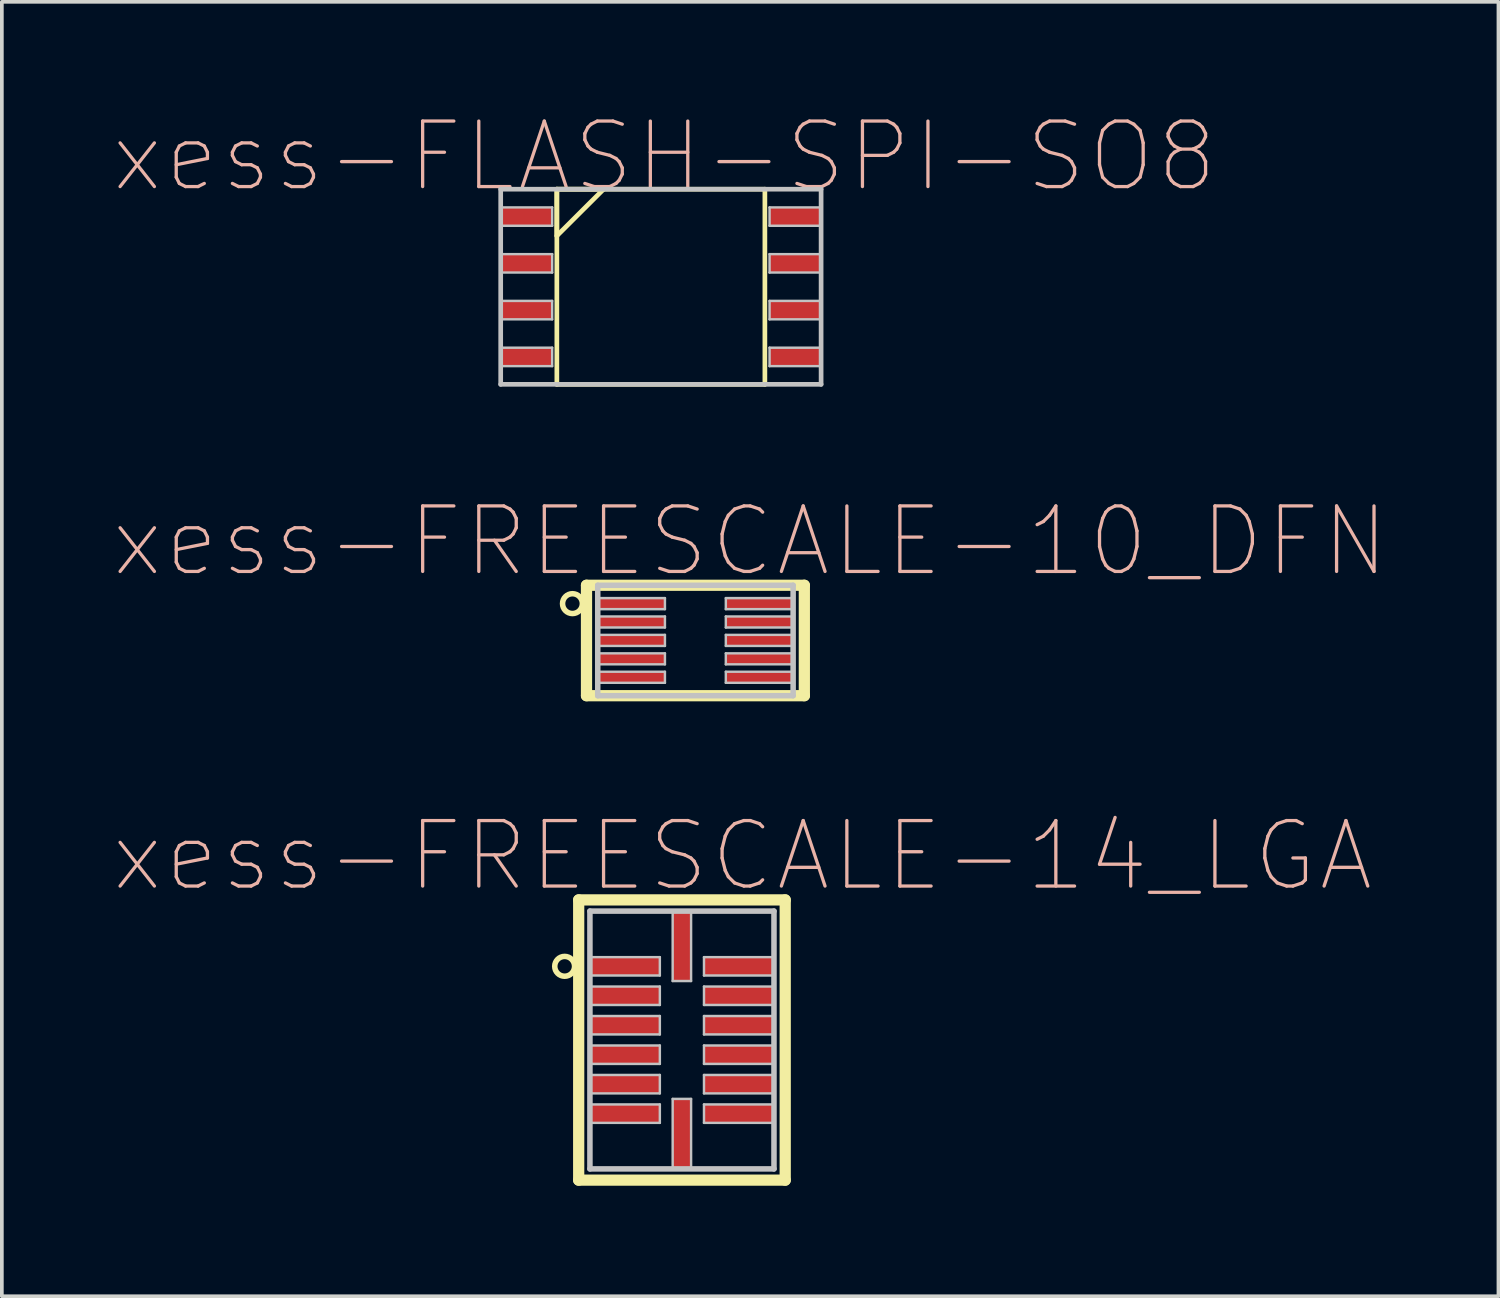
<source format=kicad_pcb>
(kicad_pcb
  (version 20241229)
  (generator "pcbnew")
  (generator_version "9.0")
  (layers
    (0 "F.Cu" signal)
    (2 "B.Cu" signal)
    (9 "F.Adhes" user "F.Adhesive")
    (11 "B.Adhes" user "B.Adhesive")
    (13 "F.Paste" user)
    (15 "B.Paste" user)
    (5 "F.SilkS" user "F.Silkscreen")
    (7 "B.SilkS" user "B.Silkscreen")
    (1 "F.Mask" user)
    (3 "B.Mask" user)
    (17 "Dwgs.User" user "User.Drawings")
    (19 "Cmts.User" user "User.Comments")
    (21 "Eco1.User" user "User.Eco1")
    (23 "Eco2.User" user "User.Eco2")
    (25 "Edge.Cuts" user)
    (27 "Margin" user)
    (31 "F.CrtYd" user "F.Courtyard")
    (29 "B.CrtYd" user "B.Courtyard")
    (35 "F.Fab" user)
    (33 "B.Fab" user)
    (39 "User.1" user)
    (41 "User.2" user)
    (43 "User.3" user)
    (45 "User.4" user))
  (footprint "xess-FLASH-SPI-SO8"
    (layer "F.Cu")
    (at 11.339 2.829)
    (property "Reference" "xess-FLASH-SPI-SO8" (at 3.645 -1.633 0) (layer "B.SilkS") (effects (font (size 1.778 1.778) (thickness 0.089))))
    (attr smd)
    (fp_line (start 0.726 -0.744) (end 0.726 0.523) (stroke (width 0.127) (type solid)) (layer "F.SilkS"))
    (fp_line (start 0.726 -0.744) (end 0.726 4.554) (stroke (width 0.127) (type solid)) (layer "F.SilkS"))
    (fp_line (start 0.726 0.523) (end 1.996 -0.744) (stroke (width 0.127) (type solid)) (layer "F.SilkS"))
    (fp_line (start 0.726 4.554) (end 6.373 4.554) (stroke (width 0.127) (type solid)) (layer "F.SilkS"))
    (fp_line (start 1.996 -0.744) (end 0.726 -0.744) (stroke (width 0.127) (type solid)) (layer "F.SilkS"))
    (fp_line (start 6.373 -0.744) (end 0.726 -0.744) (stroke (width 0.127) (type solid)) (layer "F.SilkS"))
    (fp_line (start 6.373 4.554) (end 6.373 -0.744) (stroke (width 0.127) (type solid)) (layer "F.SilkS"))
    (fp_line (start -0.798 -0.744) (end -0.798 4.554) (stroke (width 0.127) (type solid)) (layer "Dwgs.User"))
    (fp_line (start -0.798 -0.249) (end 0.599 -0.249) (stroke (width 0.066) (type solid)) (layer "Dwgs.User"))
    (fp_line (start -0.798 0.249) (end -0.798 -0.249) (stroke (width 0.066) (type solid)) (layer "Dwgs.User"))
    (fp_line (start -0.798 0.249) (end 0.599 0.249) (stroke (width 0.066) (type solid)) (layer "Dwgs.User"))
    (fp_line (start -0.798 1.019) (end 0.599 1.019) (stroke (width 0.066) (type solid)) (layer "Dwgs.User"))
    (fp_line (start -0.798 1.519) (end -0.798 1.019) (stroke (width 0.066) (type solid)) (layer "Dwgs.User"))
    (fp_line (start -0.798 1.519) (end 0.599 1.519) (stroke (width 0.066) (type solid)) (layer "Dwgs.User"))
    (fp_line (start -0.798 2.289) (end 0.599 2.289) (stroke (width 0.066) (type solid)) (layer "Dwgs.User"))
    (fp_line (start -0.798 2.789) (end -0.798 2.289) (stroke (width 0.066) (type solid)) (layer "Dwgs.User"))
    (fp_line (start -0.798 2.789) (end 0.599 2.789) (stroke (width 0.066) (type solid)) (layer "Dwgs.User"))
    (fp_line (start -0.798 3.559) (end 0.599 3.559) (stroke (width 0.066) (type solid)) (layer "Dwgs.User"))
    (fp_line (start -0.798 4.059) (end -0.798 3.559) (stroke (width 0.066) (type solid)) (layer "Dwgs.User"))
    (fp_line (start -0.798 4.059) (end 0.599 4.059) (stroke (width 0.066) (type solid)) (layer "Dwgs.User"))
    (fp_line (start -0.798 4.554) (end 7.899 4.554) (stroke (width 0.127) (type solid)) (layer "Dwgs.User"))
    (fp_line (start 0.599 0.249) (end 0.599 -0.249) (stroke (width 0.066) (type solid)) (layer "Dwgs.User"))
    (fp_line (start 0.599 1.519) (end 0.599 1.019) (stroke (width 0.066) (type solid)) (layer "Dwgs.User"))
    (fp_line (start 0.599 2.789) (end 0.599 2.289) (stroke (width 0.066) (type solid)) (layer "Dwgs.User"))
    (fp_line (start 0.599 4.059) (end 0.599 3.559) (stroke (width 0.066) (type solid)) (layer "Dwgs.User"))
    (fp_line (start 6.5 -0.249) (end 7.899 -0.249) (stroke (width 0.066) (type solid)) (layer "Dwgs.User"))
    (fp_line (start 6.5 0.249) (end 6.5 -0.249) (stroke (width 0.066) (type solid)) (layer "Dwgs.User"))
    (fp_line (start 6.5 0.249) (end 7.899 0.249) (stroke (width 0.066) (type solid)) (layer "Dwgs.User"))
    (fp_line (start 6.5 1.019) (end 7.899 1.019) (stroke (width 0.066) (type solid)) (layer "Dwgs.User"))
    (fp_line (start 6.5 1.519) (end 6.5 1.019) (stroke (width 0.066) (type solid)) (layer "Dwgs.User"))
    (fp_line (start 6.5 1.519) (end 7.899 1.519) (stroke (width 0.066) (type solid)) (layer "Dwgs.User"))
    (fp_line (start 6.5 2.289) (end 7.899 2.289) (stroke (width 0.066) (type solid)) (layer "Dwgs.User"))
    (fp_line (start 6.5 2.789) (end 6.5 2.289) (stroke (width 0.066) (type solid)) (layer "Dwgs.User"))
    (fp_line (start 6.5 2.789) (end 7.899 2.789) (stroke (width 0.066) (type solid)) (layer "Dwgs.User"))
    (fp_line (start 6.5 3.559) (end 7.899 3.559) (stroke (width 0.066) (type solid)) (layer "Dwgs.User"))
    (fp_line (start 6.5 4.059) (end 6.5 3.559) (stroke (width 0.066) (type solid)) (layer "Dwgs.User"))
    (fp_line (start 6.5 4.059) (end 7.899 4.059) (stroke (width 0.066) (type solid)) (layer "Dwgs.User"))
    (fp_line (start 7.899 -0.744) (end -0.798 -0.744) (stroke (width 0.127) (type solid)) (layer "Dwgs.User"))
    (fp_line (start 7.899 0.249) (end 7.899 -0.249) (stroke (width 0.066) (type solid)) (layer "Dwgs.User"))
    (fp_line (start 7.899 1.519) (end 7.899 1.019) (stroke (width 0.066) (type solid)) (layer "Dwgs.User"))
    (fp_line (start 7.899 2.789) (end 7.899 2.289) (stroke (width 0.066) (type solid)) (layer "Dwgs.User"))
    (fp_line (start 7.899 4.059) (end 7.899 3.559) (stroke (width 0.066) (type solid)) (layer "Dwgs.User"))
    (fp_line (start 7.899 4.554) (end 7.899 -0.744) (stroke (width 0.127) (type solid)) (layer "Dwgs.User"))
    (pad "1" smd rect (at -0.099 0) (size 1.4 0.498) (layers "F.Cu" "F.Mask" "F.Paste"))
    (pad "2" smd rect (at -0.099 1.27) (size 1.4 0.498) (layers "F.Cu" "F.Mask" "F.Paste"))
    (pad "3" smd rect (at -0.099 2.54) (size 1.4 0.498) (layers "F.Cu" "F.Mask" "F.Paste"))
    (pad "4" smd rect (at -0.099 3.81) (size 1.4 0.498) (layers "F.Cu" "F.Mask" "F.Paste"))
    (pad "5" smd rect (at 7.198 3.81) (size 1.4 0.498) (layers "F.Cu" "F.Mask" "F.Paste"))
    (pad "6" smd rect (at 7.198 2.54) (size 1.4 0.498) (layers "F.Cu" "F.Mask" "F.Paste"))
    (pad "7" smd rect (at 7.198 1.27) (size 1.4 0.498) (layers "F.Cu" "F.Mask" "F.Paste"))
    (pad "8" smd rect (at 7.198 0) (size 1.4 0.498) (layers "F.Cu" "F.Mask" "F.Paste")))
  (footprint "xess-FREESCALE-10_DFN"
    (layer "F.Cu")
    (at 14.793 13.335)
    (property "Reference" "xess-FREESCALE-10_DFN" (at 2.52 -1.692 0) (layer "B.SilkS") (effects (font (size 1.778 1.778) (thickness 0.089))))
    (attr smd)
    (fp_line (start -1.923 -0.498) (end -1.923 2.499) (stroke (width 0.305) (type solid)) (layer "F.SilkS"))
    (fp_line (start -1.923 2.499) (end 3.99 2.499) (stroke (width 0.305) (type solid)) (layer "F.SilkS"))
    (fp_line (start 3.99 -0.498) (end -1.923 -0.498) (stroke (width 0.305) (type solid)) (layer "F.SilkS"))
    (fp_line (start 3.99 2.499) (end 3.99 -0.498) (stroke (width 0.305) (type solid)) (layer "F.SilkS"))
    (fp_circle (center -2.304 0) (end -2.494 0.191) (stroke (width 0.15) (type solid)) (fill no) (layer "F.SilkS"))
    (fp_line (start -1.618 -0.498) (end -1.618 2.499) (stroke (width 0.15) (type solid)) (layer "Dwgs.User"))
    (fp_line (start -1.618 -0.15) (end 0.206 -0.15) (stroke (width 0.066) (type solid)) (layer "Dwgs.User"))
    (fp_line (start -1.618 0.15) (end -1.618 -0.15) (stroke (width 0.066) (type solid)) (layer "Dwgs.User"))
    (fp_line (start -1.618 0.15) (end 0.206 0.15) (stroke (width 0.066) (type solid)) (layer "Dwgs.User"))
    (fp_line (start -1.618 0.348) (end 0.206 0.348) (stroke (width 0.066) (type solid)) (layer "Dwgs.User"))
    (fp_line (start -1.618 0.648) (end -1.618 0.348) (stroke (width 0.066) (type solid)) (layer "Dwgs.User"))
    (fp_line (start -1.618 0.648) (end 0.206 0.648) (stroke (width 0.066) (type solid)) (layer "Dwgs.User"))
    (fp_line (start -1.618 0.848) (end 0.206 0.848) (stroke (width 0.066) (type solid)) (layer "Dwgs.User"))
    (fp_line (start -1.618 1.148) (end -1.618 0.848) (stroke (width 0.066) (type solid)) (layer "Dwgs.User"))
    (fp_line (start -1.618 1.148) (end 0.206 1.148) (stroke (width 0.066) (type solid)) (layer "Dwgs.User"))
    (fp_line (start -1.618 1.349) (end 0.206 1.349) (stroke (width 0.066) (type solid)) (layer "Dwgs.User"))
    (fp_line (start -1.618 1.648) (end -1.618 1.349) (stroke (width 0.066) (type solid)) (layer "Dwgs.User"))
    (fp_line (start -1.618 1.648) (end 0.206 1.648) (stroke (width 0.066) (type solid)) (layer "Dwgs.User"))
    (fp_line (start -1.618 1.849) (end 0.206 1.849) (stroke (width 0.066) (type solid)) (layer "Dwgs.User"))
    (fp_line (start -1.618 2.149) (end -1.618 1.849) (stroke (width 0.066) (type solid)) (layer "Dwgs.User"))
    (fp_line (start -1.618 2.149) (end 0.206 2.149) (stroke (width 0.066) (type solid)) (layer "Dwgs.User"))
    (fp_line (start -1.618 2.499) (end 3.686 2.499) (stroke (width 0.15) (type solid)) (layer "Dwgs.User"))
    (fp_line (start 0.206 0.15) (end 0.206 -0.15) (stroke (width 0.066) (type solid)) (layer "Dwgs.User"))
    (fp_line (start 0.206 0.648) (end 0.206 0.348) (stroke (width 0.066) (type solid)) (layer "Dwgs.User"))
    (fp_line (start 0.206 1.148) (end 0.206 0.848) (stroke (width 0.066) (type solid)) (layer "Dwgs.User"))
    (fp_line (start 0.206 1.648) (end 0.206 1.349) (stroke (width 0.066) (type solid)) (layer "Dwgs.User"))
    (fp_line (start 0.206 2.149) (end 0.206 1.849) (stroke (width 0.066) (type solid)) (layer "Dwgs.User"))
    (fp_line (start 1.859 -0.15) (end 3.686 -0.15) (stroke (width 0.066) (type solid)) (layer "Dwgs.User"))
    (fp_line (start 1.859 0.15) (end 1.859 -0.15) (stroke (width 0.066) (type solid)) (layer "Dwgs.User"))
    (fp_line (start 1.859 0.15) (end 3.686 0.15) (stroke (width 0.066) (type solid)) (layer "Dwgs.User"))
    (fp_line (start 1.859 0.348) (end 3.686 0.348) (stroke (width 0.066) (type solid)) (layer "Dwgs.User"))
    (fp_line (start 1.859 0.648) (end 1.859 0.348) (stroke (width 0.066) (type solid)) (layer "Dwgs.User"))
    (fp_line (start 1.859 0.648) (end 3.686 0.648) (stroke (width 0.066) (type solid)) (layer "Dwgs.User"))
    (fp_line (start 1.859 0.848) (end 3.686 0.848) (stroke (width 0.066) (type solid)) (layer "Dwgs.User"))
    (fp_line (start 1.859 1.148) (end 1.859 0.848) (stroke (width 0.066) (type solid)) (layer "Dwgs.User"))
    (fp_line (start 1.859 1.148) (end 3.686 1.148) (stroke (width 0.066) (type solid)) (layer "Dwgs.User"))
    (fp_line (start 1.859 1.349) (end 3.686 1.349) (stroke (width 0.066) (type solid)) (layer "Dwgs.User"))
    (fp_line (start 1.859 1.648) (end 1.859 1.349) (stroke (width 0.066) (type solid)) (layer "Dwgs.User"))
    (fp_line (start 1.859 1.648) (end 3.686 1.648) (stroke (width 0.066) (type solid)) (layer "Dwgs.User"))
    (fp_line (start 1.859 1.849) (end 3.686 1.849) (stroke (width 0.066) (type solid)) (layer "Dwgs.User"))
    (fp_line (start 1.859 2.149) (end 1.859 1.849) (stroke (width 0.066) (type solid)) (layer "Dwgs.User"))
    (fp_line (start 1.859 2.149) (end 3.686 2.149) (stroke (width 0.066) (type solid)) (layer "Dwgs.User"))
    (fp_line (start 3.686 -0.498) (end -1.618 -0.498) (stroke (width 0.15) (type solid)) (layer "Dwgs.User"))
    (fp_line (start 3.686 0.15) (end 3.686 -0.15) (stroke (width 0.066) (type solid)) (layer "Dwgs.User"))
    (fp_line (start 3.686 0.648) (end 3.686 0.348) (stroke (width 0.066) (type solid)) (layer "Dwgs.User"))
    (fp_line (start 3.686 1.148) (end 3.686 0.848) (stroke (width 0.066) (type solid)) (layer "Dwgs.User"))
    (fp_line (start 3.686 1.648) (end 3.686 1.349) (stroke (width 0.066) (type solid)) (layer "Dwgs.User"))
    (fp_line (start 3.686 2.149) (end 3.686 1.849) (stroke (width 0.066) (type solid)) (layer "Dwgs.User"))
    (fp_line (start 3.686 2.499) (end 3.686 -0.498) (stroke (width 0.15) (type solid)) (layer "Dwgs.User"))
    (pad "1" smd rect (at -0.706 0) (size 1.824 0.3) (layers "F.Cu" "F.Mask" "F.Paste"))
    (pad "2" smd rect (at -0.706 0.498) (size 1.824 0.3) (layers "F.Cu" "F.Mask" "F.Paste"))
    (pad "3" smd rect (at -0.706 0.998) (size 1.824 0.3) (layers "F.Cu" "F.Mask" "F.Paste"))
    (pad "4" smd rect (at -0.706 1.499) (size 1.824 0.3) (layers "F.Cu" "F.Mask" "F.Paste"))
    (pad "5" smd rect (at -0.706 1.999) (size 1.824 0.3) (layers "F.Cu" "F.Mask" "F.Paste"))
    (pad "6" smd rect (at 2.774 1.999) (size 1.824 0.3) (layers "F.Cu" "F.Mask" "F.Paste"))
    (pad "7" smd rect (at 2.774 1.499) (size 1.824 0.3) (layers "F.Cu" "F.Mask" "F.Paste"))
    (pad "8" smd rect (at 2.774 0.998) (size 1.824 0.3) (layers "F.Cu" "F.Mask" "F.Paste"))
    (pad "9" smd rect (at 2.774 0.498) (size 1.824 0.3) (layers "F.Cu" "F.Mask" "F.Paste"))
    (pad "10" smd rect (at 2.774 0) (size 1.824 0.3) (layers "F.Cu" "F.Mask" "F.Paste")))
  (footprint "xess-FREESCALE-14_LGA"
    (layer "F.Cu")
    (at 14.411 23.18)
    (property "Reference" "xess-FREESCALE-14_LGA" (at 2.69 -2.997 0) (layer "B.SilkS") (effects (font (size 1.778 1.778) (thickness 0.089))))
    (attr smd)
    (fp_line (start -1.753 -1.803) (end -1.753 5.804) (stroke (width 0.305) (type solid)) (layer "F.SilkS"))
    (fp_line (start -1.753 5.804) (end 3.853 5.804) (stroke (width 0.305) (type solid)) (layer "F.SilkS"))
    (fp_line (start 3.853 -1.803) (end -1.753 -1.803) (stroke (width 0.305) (type solid)) (layer "F.SilkS"))
    (fp_line (start 3.853 5.804) (end 3.853 -1.803) (stroke (width 0.305) (type solid)) (layer "F.SilkS"))
    (fp_circle (center -2.134 0) (end -2.324 0.191) (stroke (width 0.15) (type solid)) (fill no) (layer "F.SilkS"))
    (fp_line (start -1.448 -1.499) (end -1.448 5.499) (stroke (width 0.15) (type solid)) (layer "Dwgs.User"))
    (fp_line (start -1.448 -0.249) (end 0.45 -0.249) (stroke (width 0.066) (type solid)) (layer "Dwgs.User"))
    (fp_line (start -1.448 0.249) (end -1.448 -0.249) (stroke (width 0.066) (type solid)) (layer "Dwgs.User"))
    (fp_line (start -1.448 0.249) (end 0.45 0.249) (stroke (width 0.066) (type solid)) (layer "Dwgs.User"))
    (fp_line (start -1.448 0.549) (end 0.45 0.549) (stroke (width 0.066) (type solid)) (layer "Dwgs.User"))
    (fp_line (start -1.448 1.049) (end -1.448 0.549) (stroke (width 0.066) (type solid)) (layer "Dwgs.User"))
    (fp_line (start -1.448 1.049) (end 0.45 1.049) (stroke (width 0.066) (type solid)) (layer "Dwgs.User"))
    (fp_line (start -1.448 1.349) (end 0.45 1.349) (stroke (width 0.066) (type solid)) (layer "Dwgs.User"))
    (fp_line (start -1.448 1.849) (end -1.448 1.349) (stroke (width 0.066) (type solid)) (layer "Dwgs.User"))
    (fp_line (start -1.448 1.849) (end 0.45 1.849) (stroke (width 0.066) (type solid)) (layer "Dwgs.User"))
    (fp_line (start -1.448 2.149) (end 0.45 2.149) (stroke (width 0.066) (type solid)) (layer "Dwgs.User"))
    (fp_line (start -1.448 2.649) (end -1.448 2.149) (stroke (width 0.066) (type solid)) (layer "Dwgs.User"))
    (fp_line (start -1.448 2.649) (end 0.45 2.649) (stroke (width 0.066) (type solid)) (layer "Dwgs.User"))
    (fp_line (start -1.448 2.949) (end 0.45 2.949) (stroke (width 0.066) (type solid)) (layer "Dwgs.User"))
    (fp_line (start -1.448 3.449) (end -1.448 2.949) (stroke (width 0.066) (type solid)) (layer "Dwgs.User"))
    (fp_line (start -1.448 3.449) (end 0.45 3.449) (stroke (width 0.066) (type solid)) (layer "Dwgs.User"))
    (fp_line (start -1.448 3.749) (end 0.45 3.749) (stroke (width 0.066) (type solid)) (layer "Dwgs.User"))
    (fp_line (start -1.448 4.249) (end -1.448 3.749) (stroke (width 0.066) (type solid)) (layer "Dwgs.User"))
    (fp_line (start -1.448 4.249) (end 0.45 4.249) (stroke (width 0.066) (type solid)) (layer "Dwgs.User"))
    (fp_line (start -1.448 5.499) (end 3.548 5.499) (stroke (width 0.15) (type solid)) (layer "Dwgs.User"))
    (fp_line (start 0.45 0.249) (end 0.45 -0.249) (stroke (width 0.066) (type solid)) (layer "Dwgs.User"))
    (fp_line (start 0.45 1.049) (end 0.45 0.549) (stroke (width 0.066) (type solid)) (layer "Dwgs.User"))
    (fp_line (start 0.45 1.849) (end 0.45 1.349) (stroke (width 0.066) (type solid)) (layer "Dwgs.User"))
    (fp_line (start 0.45 2.649) (end 0.45 2.149) (stroke (width 0.066) (type solid)) (layer "Dwgs.User"))
    (fp_line (start 0.45 3.449) (end 0.45 2.949) (stroke (width 0.066) (type solid)) (layer "Dwgs.User"))
    (fp_line (start 0.45 4.249) (end 0.45 3.749) (stroke (width 0.066) (type solid)) (layer "Dwgs.User"))
    (fp_line (start 0.798 -1.499) (end 1.298 -1.499) (stroke (width 0.066) (type solid)) (layer "Dwgs.User"))
    (fp_line (start 0.798 0.399) (end 0.798 -1.499) (stroke (width 0.066) (type solid)) (layer "Dwgs.User"))
    (fp_line (start 0.798 0.399) (end 1.298 0.399) (stroke (width 0.066) (type solid)) (layer "Dwgs.User"))
    (fp_line (start 0.798 3.599) (end 1.298 3.599) (stroke (width 0.066) (type solid)) (layer "Dwgs.User"))
    (fp_line (start 0.798 5.499) (end 0.798 3.599) (stroke (width 0.066) (type solid)) (layer "Dwgs.User"))
    (fp_line (start 0.798 5.499) (end 1.298 5.499) (stroke (width 0.066) (type solid)) (layer "Dwgs.User"))
    (fp_line (start 1.298 0.399) (end 1.298 -1.499) (stroke (width 0.066) (type solid)) (layer "Dwgs.User"))
    (fp_line (start 1.298 5.499) (end 1.298 3.599) (stroke (width 0.066) (type solid)) (layer "Dwgs.User"))
    (fp_line (start 1.648 -0.249) (end 3.548 -0.249) (stroke (width 0.066) (type solid)) (layer "Dwgs.User"))
    (fp_line (start 1.648 0.249) (end 1.648 -0.249) (stroke (width 0.066) (type solid)) (layer "Dwgs.User"))
    (fp_line (start 1.648 0.249) (end 3.548 0.249) (stroke (width 0.066) (type solid)) (layer "Dwgs.User"))
    (fp_line (start 1.648 0.549) (end 3.548 0.549) (stroke (width 0.066) (type solid)) (layer "Dwgs.User"))
    (fp_line (start 1.648 1.049) (end 1.648 0.549) (stroke (width 0.066) (type solid)) (layer "Dwgs.User"))
    (fp_line (start 1.648 1.049) (end 3.548 1.049) (stroke (width 0.066) (type solid)) (layer "Dwgs.User"))
    (fp_line (start 1.648 1.349) (end 3.548 1.349) (stroke (width 0.066) (type solid)) (layer "Dwgs.User"))
    (fp_line (start 1.648 1.849) (end 1.648 1.349) (stroke (width 0.066) (type solid)) (layer "Dwgs.User"))
    (fp_line (start 1.648 1.849) (end 3.548 1.849) (stroke (width 0.066) (type solid)) (layer "Dwgs.User"))
    (fp_line (start 1.648 2.149) (end 3.548 2.149) (stroke (width 0.066) (type solid)) (layer "Dwgs.User"))
    (fp_line (start 1.648 2.649) (end 1.648 2.149) (stroke (width 0.066) (type solid)) (layer "Dwgs.User"))
    (fp_line (start 1.648 2.649) (end 3.548 2.649) (stroke (width 0.066) (type solid)) (layer "Dwgs.User"))
    (fp_line (start 1.648 2.949) (end 3.548 2.949) (stroke (width 0.066) (type solid)) (layer "Dwgs.User"))
    (fp_line (start 1.648 3.449) (end 1.648 2.949) (stroke (width 0.066) (type solid)) (layer "Dwgs.User"))
    (fp_line (start 1.648 3.449) (end 3.548 3.449) (stroke (width 0.066) (type solid)) (layer "Dwgs.User"))
    (fp_line (start 1.648 3.749) (end 3.548 3.749) (stroke (width 0.066) (type solid)) (layer "Dwgs.User"))
    (fp_line (start 1.648 4.249) (end 1.648 3.749) (stroke (width 0.066) (type solid)) (layer "Dwgs.User"))
    (fp_line (start 1.648 4.249) (end 3.548 4.249) (stroke (width 0.066) (type solid)) (layer "Dwgs.User"))
    (fp_line (start 3.548 -1.499) (end -1.448 -1.499) (stroke (width 0.15) (type solid)) (layer "Dwgs.User"))
    (fp_line (start 3.548 0.249) (end 3.548 -0.249) (stroke (width 0.066) (type solid)) (layer "Dwgs.User"))
    (fp_line (start 3.548 1.049) (end 3.548 0.549) (stroke (width 0.066) (type solid)) (layer "Dwgs.User"))
    (fp_line (start 3.548 1.849) (end 3.548 1.349) (stroke (width 0.066) (type solid)) (layer "Dwgs.User"))
    (fp_line (start 3.548 2.649) (end 3.548 2.149) (stroke (width 0.066) (type solid)) (layer "Dwgs.User"))
    (fp_line (start 3.548 3.449) (end 3.548 2.949) (stroke (width 0.066) (type solid)) (layer "Dwgs.User"))
    (fp_line (start 3.548 4.249) (end 3.548 3.749) (stroke (width 0.066) (type solid)) (layer "Dwgs.User"))
    (fp_line (start 3.548 5.499) (end 3.548 -1.499) (stroke (width 0.15) (type solid)) (layer "Dwgs.User"))
    (pad "1" smd rect (at -0.498 0) (size 1.9 0.498) (layers "F.Cu" "F.Mask" "F.Paste"))
    (pad "2" smd rect (at -0.498 0.798) (size 1.9 0.498) (layers "F.Cu" "F.Mask" "F.Paste"))
    (pad "3" smd rect (at -0.498 1.598) (size 1.9 0.498) (layers "F.Cu" "F.Mask" "F.Paste"))
    (pad "4" smd rect (at -0.498 2.398) (size 1.9 0.498) (layers "F.Cu" "F.Mask" "F.Paste"))
    (pad "5" smd rect (at -0.498 3.198) (size 1.9 0.498) (layers "F.Cu" "F.Mask" "F.Paste"))
    (pad "6" smd rect (at -0.498 3.998) (size 1.9 0.498) (layers "F.Cu" "F.Mask" "F.Paste"))
    (pad "7" smd rect (at 1.049 4.549) (size 0.498 1.9) (layers "F.Cu" "F.Mask" "F.Paste"))
    (pad "8" smd rect (at 2.598 3.998) (size 1.9 0.498) (layers "F.Cu" "F.Mask" "F.Paste"))
    (pad "9" smd rect (at 2.598 3.198) (size 1.9 0.498) (layers "F.Cu" "F.Mask" "F.Paste"))
    (pad "10" smd rect (at 2.598 2.398) (size 1.9 0.498) (layers "F.Cu" "F.Mask" "F.Paste"))
    (pad "11" smd rect (at 2.598 1.598) (size 1.9 0.498) (layers "F.Cu" "F.Mask" "F.Paste"))
    (pad "12" smd rect (at 2.598 0.798) (size 1.9 0.498) (layers "F.Cu" "F.Mask" "F.Paste"))
    (pad "13" smd rect (at 2.598 0) (size 1.9 0.498) (layers "F.Cu" "F.Mask" "F.Paste"))
    (pad "14" smd rect (at 1.049 -0.549) (size 0.498 1.9) (layers "F.Cu" "F.Mask" "F.Paste")))
  (gr_rect
    (start -3 -3)
    (end 37.624 32.136)
    (stroke (width 0.1) (type default))
    (fill no)
    (layer "Edge.Cuts")))
</source>
